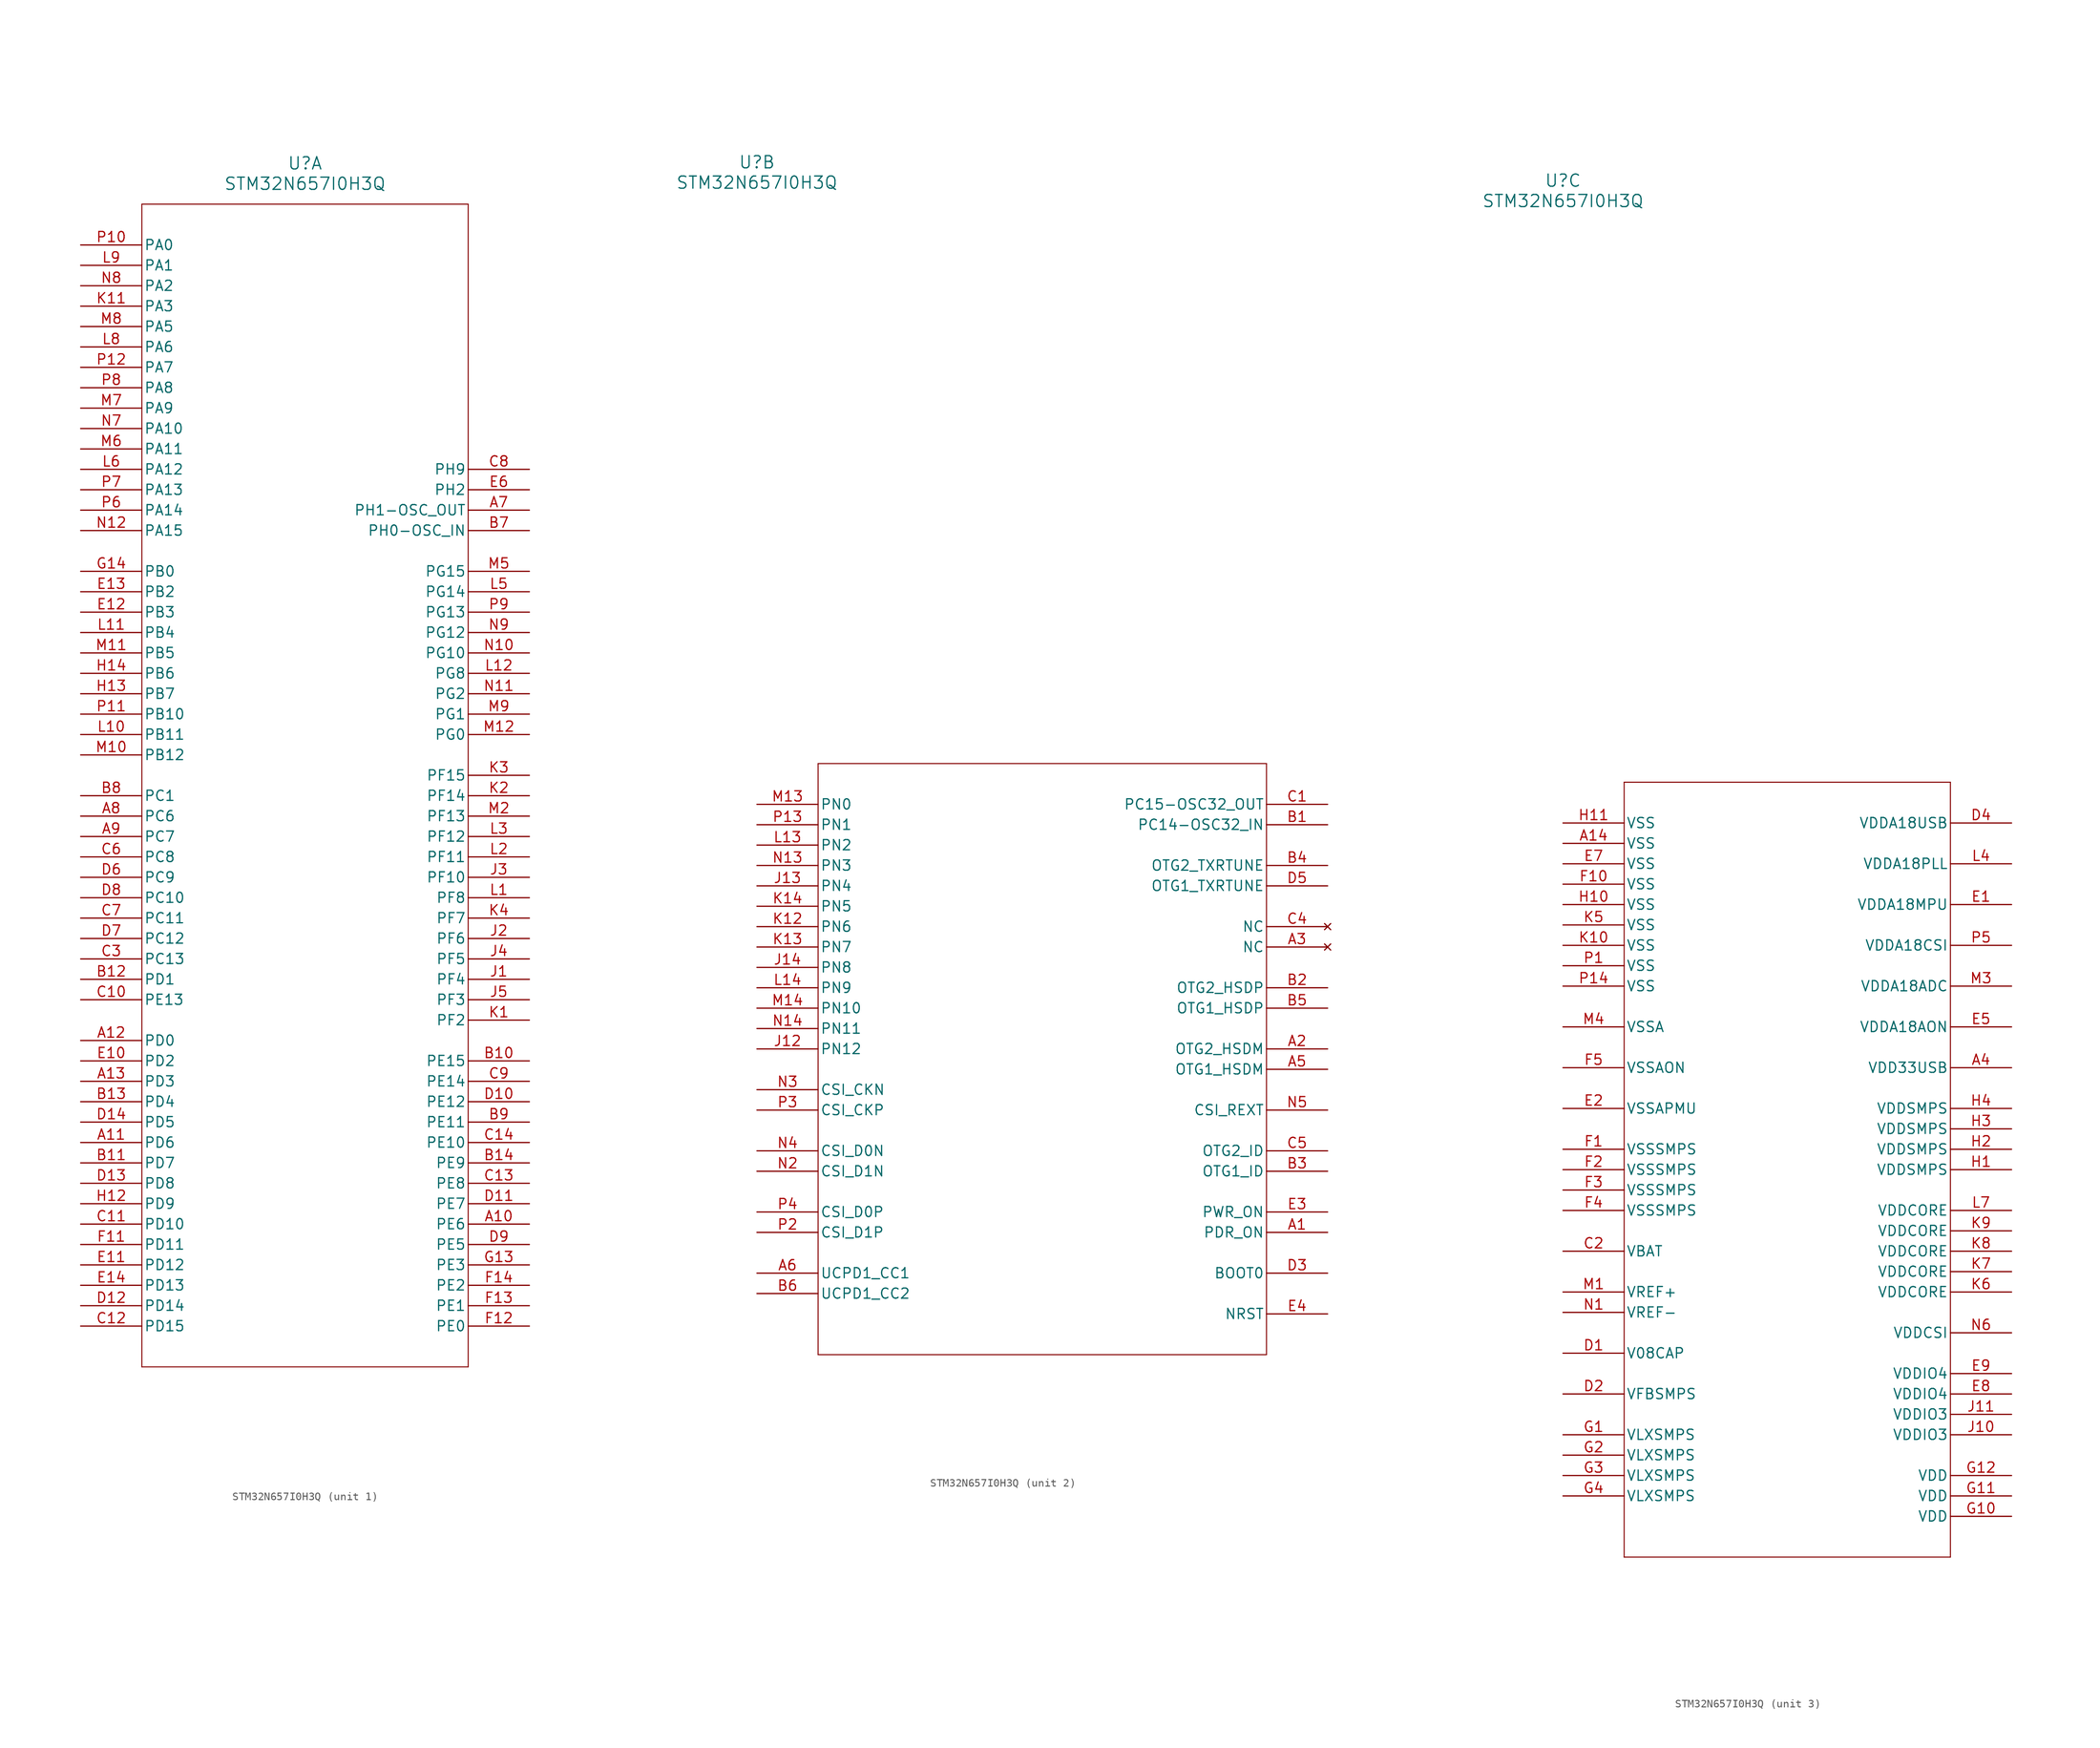
<source format=kicad_sym>
(kicad_symbol_lib
  (version 20241209)
  (generator "kicad_symbol_editor")
  (generator_version "9.0")
  (symbol "STM32N657I0H3Q"
    (pin_names
      (offset 0.254))
    (property "Reference" "U"
      (at 0 80.01 0)
      (effects (font (size 1.524 1.524))))
    (property "Value" "STM32N657I0H3Q"
      (at 0 77.47 0)
      (effects (font (size 1.524 1.524))))
    (property "ki_locked" ""
      (at 0 0 0)
      (effects (font (size 1.27 1.27))))
    (symbol "STM32N657I0H3Q_1_1"
      (polyline (pts (xy -20.32 74.93) (xy -20.32 -69.85)) (stroke (width 0.127) (type default)) (fill (type none)))
      (polyline (pts (xy -20.32 -69.85) (xy 20.32 -69.85)) (stroke (width 0.127) (type default)) (fill (type none)))
      (polyline (pts (xy 20.32 74.93) (xy -20.32 74.93)) (stroke (width 0.127) (type default)) (fill (type none)))
      (polyline (pts (xy 20.32 -69.85) (xy 20.32 74.93)) (stroke (width 0.127) (type default)) (fill (type none)))
      (pin bidirectional line (at -27.94 69.85 0) (length 7.62) (name "PA0" (effects (font (size 1.27 1.27)))) (number "P10" (effects (font (size 1.27 1.27)))))
      (pin bidirectional line (at -27.94 67.31 0) (length 7.62) (name "PA1" (effects (font (size 1.27 1.27)))) (number "L9" (effects (font (size 1.27 1.27)))))
      (pin bidirectional line (at -27.94 64.77 0) (length 7.62) (name "PA2" (effects (font (size 1.27 1.27)))) (number "N8" (effects (font (size 1.27 1.27)))))
      (pin bidirectional line (at -27.94 62.23 0) (length 7.62) (name "PA3" (effects (font (size 1.27 1.27)))) (number "K11" (effects (font (size 1.27 1.27)))))
      (pin bidirectional line (at -27.94 59.69 0) (length 7.62) (name "PA5" (effects (font (size 1.27 1.27)))) (number "M8" (effects (font (size 1.27 1.27)))))
      (pin bidirectional line (at -27.94 57.15 0) (length 7.62) (name "PA6" (effects (font (size 1.27 1.27)))) (number "L8" (effects (font (size 1.27 1.27)))))
      (pin bidirectional line (at -27.94 54.61 0) (length 7.62) (name "PA7" (effects (font (size 1.27 1.27)))) (number "P12" (effects (font (size 1.27 1.27)))))
      (pin bidirectional line (at -27.94 52.07 0) (length 7.62) (name "PA8" (effects (font (size 1.27 1.27)))) (number "P8" (effects (font (size 1.27 1.27)))))
      (pin bidirectional line (at -27.94 49.53 0) (length 7.62) (name "PA9" (effects (font (size 1.27 1.27)))) (number "M7" (effects (font (size 1.27 1.27)))))
      (pin bidirectional line (at -27.94 46.99 0) (length 7.62) (name "PA10" (effects (font (size 1.27 1.27)))) (number "N7" (effects (font (size 1.27 1.27)))))
      (pin bidirectional line (at -27.94 44.45 0) (length 7.62) (name "PA11" (effects (font (size 1.27 1.27)))) (number "M6" (effects (font (size 1.27 1.27)))))
      (pin bidirectional line (at -27.94 41.91 0) (length 7.62) (name "PA12" (effects (font (size 1.27 1.27)))) (number "L6" (effects (font (size 1.27 1.27)))))
      (pin bidirectional line (at -27.94 39.37 0) (length 7.62) (name "PA13" (effects (font (size 1.27 1.27)))) (number "P7" (effects (font (size 1.27 1.27)))))
      (pin bidirectional line (at -27.94 36.83 0) (length 7.62) (name "PA14" (effects (font (size 1.27 1.27)))) (number "P6" (effects (font (size 1.27 1.27)))))
      (pin bidirectional line (at -27.94 34.29 0) (length 7.62) (name "PA15" (effects (font (size 1.27 1.27)))) (number "N12" (effects (font (size 1.27 1.27)))))
      (pin bidirectional line (at -27.94 29.21 0) (length 7.62) (name "PB0" (effects (font (size 1.27 1.27)))) (number "G14" (effects (font (size 1.27 1.27)))))
      (pin bidirectional line (at -27.94 26.67 0) (length 7.62) (name "PB2" (effects (font (size 1.27 1.27)))) (number "E13" (effects (font (size 1.27 1.27)))))
      (pin bidirectional line (at -27.94 24.13 0) (length 7.62) (name "PB3" (effects (font (size 1.27 1.27)))) (number "E12" (effects (font (size 1.27 1.27)))))
      (pin bidirectional line (at -27.94 21.59 0) (length 7.62) (name "PB4" (effects (font (size 1.27 1.27)))) (number "L11" (effects (font (size 1.27 1.27)))))
      (pin bidirectional line (at -27.94 19.05 0) (length 7.62) (name "PB5" (effects (font (size 1.27 1.27)))) (number "M11" (effects (font (size 1.27 1.27)))))
      (pin bidirectional line (at -27.94 16.51 0) (length 7.62) (name "PB6" (effects (font (size 1.27 1.27)))) (number "H14" (effects (font (size 1.27 1.27)))))
      (pin bidirectional line (at -27.94 13.97 0) (length 7.62) (name "PB7" (effects (font (size 1.27 1.27)))) (number "H13" (effects (font (size 1.27 1.27)))))
      (pin bidirectional line (at -27.94 11.43 0) (length 7.62) (name "PB10" (effects (font (size 1.27 1.27)))) (number "P11" (effects (font (size 1.27 1.27)))))
      (pin bidirectional line (at -27.94 8.89 0) (length 7.62) (name "PB11" (effects (font (size 1.27 1.27)))) (number "L10" (effects (font (size 1.27 1.27)))))
      (pin bidirectional line (at -27.94 6.35 0) (length 7.62) (name "PB12" (effects (font (size 1.27 1.27)))) (number "M10" (effects (font (size 1.27 1.27)))))
      (pin bidirectional line (at -27.94 1.27 0) (length 7.62) (name "PC1" (effects (font (size 1.27 1.27)))) (number "B8" (effects (font (size 1.27 1.27)))))
      (pin bidirectional line (at -27.94 -1.27 0) (length 7.62) (name "PC6" (effects (font (size 1.27 1.27)))) (number "A8" (effects (font (size 1.27 1.27)))))
      (pin bidirectional line (at -27.94 -3.81 0) (length 7.62) (name "PC7" (effects (font (size 1.27 1.27)))) (number "A9" (effects (font (size 1.27 1.27)))))
      (pin bidirectional line (at -27.94 -6.35 0) (length 7.62) (name "PC8" (effects (font (size 1.27 1.27)))) (number "C6" (effects (font (size 1.27 1.27)))))
      (pin bidirectional line (at -27.94 -8.89 0) (length 7.62) (name "PC9" (effects (font (size 1.27 1.27)))) (number "D6" (effects (font (size 1.27 1.27)))))
      (pin bidirectional line (at -27.94 -11.43 0) (length 7.62) (name "PC10" (effects (font (size 1.27 1.27)))) (number "D8" (effects (font (size 1.27 1.27)))))
      (pin bidirectional line (at -27.94 -13.97 0) (length 7.62) (name "PC11" (effects (font (size 1.27 1.27)))) (number "C7" (effects (font (size 1.27 1.27)))))
      (pin bidirectional line (at -27.94 -16.51 0) (length 7.62) (name "PC12" (effects (font (size 1.27 1.27)))) (number "D7" (effects (font (size 1.27 1.27)))))
      (pin bidirectional line (at -27.94 -19.05 0) (length 7.62) (name "PC13" (effects (font (size 1.27 1.27)))) (number "C3" (effects (font (size 1.27 1.27)))))
      (pin bidirectional line (at -27.94 -21.59 0) (length 7.62) (name "PD1" (effects (font (size 1.27 1.27)))) (number "B12" (effects (font (size 1.27 1.27)))))
      (pin bidirectional line (at -27.94 -24.13 0) (length 7.62) (name "PE13" (effects (font (size 1.27 1.27)))) (number "C10" (effects (font (size 1.27 1.27)))))
      (pin bidirectional line (at -27.94 -29.21 0) (length 7.62) (name "PD0" (effects (font (size 1.27 1.27)))) (number "A12" (effects (font (size 1.27 1.27)))))
      (pin bidirectional line (at -27.94 -31.75 0) (length 7.62) (name "PD2" (effects (font (size 1.27 1.27)))) (number "E10" (effects (font (size 1.27 1.27)))))
      (pin bidirectional line (at -27.94 -34.29 0) (length 7.62) (name "PD3" (effects (font (size 1.27 1.27)))) (number "A13" (effects (font (size 1.27 1.27)))))
      (pin bidirectional line (at -27.94 -36.83 0) (length 7.62) (name "PD4" (effects (font (size 1.27 1.27)))) (number "B13" (effects (font (size 1.27 1.27)))))
      (pin bidirectional line (at -27.94 -39.37 0) (length 7.62) (name "PD5" (effects (font (size 1.27 1.27)))) (number "D14" (effects (font (size 1.27 1.27)))))
      (pin bidirectional line (at -27.94 -41.91 0) (length 7.62) (name "PD6" (effects (font (size 1.27 1.27)))) (number "A11" (effects (font (size 1.27 1.27)))))
      (pin bidirectional line (at -27.94 -44.45 0) (length 7.62) (name "PD7" (effects (font (size 1.27 1.27)))) (number "B11" (effects (font (size 1.27 1.27)))))
      (pin bidirectional line (at -27.94 -46.99 0) (length 7.62) (name "PD8" (effects (font (size 1.27 1.27)))) (number "D13" (effects (font (size 1.27 1.27)))))
      (pin bidirectional line (at -27.94 -49.53 0) (length 7.62) (name "PD9" (effects (font (size 1.27 1.27)))) (number "H12" (effects (font (size 1.27 1.27)))))
      (pin bidirectional line (at -27.94 -52.07 0) (length 7.62) (name "PD10" (effects (font (size 1.27 1.27)))) (number "C11" (effects (font (size 1.27 1.27)))))
      (pin bidirectional line (at -27.94 -54.61 0) (length 7.62) (name "PD11" (effects (font (size 1.27 1.27)))) (number "F11" (effects (font (size 1.27 1.27)))))
      (pin bidirectional line (at -27.94 -57.15 0) (length 7.62) (name "PD12" (effects (font (size 1.27 1.27)))) (number "E11" (effects (font (size 1.27 1.27)))))
      (pin bidirectional line (at -27.94 -59.69 0) (length 7.62) (name "PD13" (effects (font (size 1.27 1.27)))) (number "E14" (effects (font (size 1.27 1.27)))))
      (pin bidirectional line (at -27.94 -62.23 0) (length 7.62) (name "PD14" (effects (font (size 1.27 1.27)))) (number "D12" (effects (font (size 1.27 1.27)))))
      (pin bidirectional line (at -27.94 -64.77 0) (length 7.62) (name "PD15" (effects (font (size 1.27 1.27)))) (number "C12" (effects (font (size 1.27 1.27)))))
      (pin bidirectional line (at 27.94 41.91 180) (length 7.62) (name "PH9" (effects (font (size 1.27 1.27)))) (number "C8" (effects (font (size 1.27 1.27)))))
      (pin bidirectional line (at 27.94 39.37 180) (length 7.62) (name "PH2" (effects (font (size 1.27 1.27)))) (number "E6" (effects (font (size 1.27 1.27)))))
      (pin bidirectional line (at 27.94 36.83 180) (length 7.62) (name "PH1-OSC_OUT" (effects (font (size 1.27 1.27)))) (number "A7" (effects (font (size 1.27 1.27)))))
      (pin bidirectional line (at 27.94 34.29 180) (length 7.62) (name "PH0-OSC_IN" (effects (font (size 1.27 1.27)))) (number "B7" (effects (font (size 1.27 1.27)))))
      (pin bidirectional line (at 27.94 29.21 180) (length 7.62) (name "PG15" (effects (font (size 1.27 1.27)))) (number "M5" (effects (font (size 1.27 1.27)))))
      (pin bidirectional line (at 27.94 26.67 180) (length 7.62) (name "PG14" (effects (font (size 1.27 1.27)))) (number "L5" (effects (font (size 1.27 1.27)))))
      (pin bidirectional line (at 27.94 24.13 180) (length 7.62) (name "PG13" (effects (font (size 1.27 1.27)))) (number "P9" (effects (font (size 1.27 1.27)))))
      (pin bidirectional line (at 27.94 21.59 180) (length 7.62) (name "PG12" (effects (font (size 1.27 1.27)))) (number "N9" (effects (font (size 1.27 1.27)))))
      (pin bidirectional line (at 27.94 19.05 180) (length 7.62) (name "PG10" (effects (font (size 1.27 1.27)))) (number "N10" (effects (font (size 1.27 1.27)))))
      (pin bidirectional line (at 27.94 16.51 180) (length 7.62) (name "PG8" (effects (font (size 1.27 1.27)))) (number "L12" (effects (font (size 1.27 1.27)))))
      (pin bidirectional line (at 27.94 13.97 180) (length 7.62) (name "PG2" (effects (font (size 1.27 1.27)))) (number "N11" (effects (font (size 1.27 1.27)))))
      (pin bidirectional line (at 27.94 11.43 180) (length 7.62) (name "PG1" (effects (font (size 1.27 1.27)))) (number "M9" (effects (font (size 1.27 1.27)))))
      (pin bidirectional line (at 27.94 8.89 180) (length 7.62) (name "PG0" (effects (font (size 1.27 1.27)))) (number "M12" (effects (font (size 1.27 1.27)))))
      (pin bidirectional line (at 27.94 3.81 180) (length 7.62) (name "PF15" (effects (font (size 1.27 1.27)))) (number "K3" (effects (font (size 1.27 1.27)))))
      (pin bidirectional line (at 27.94 1.27 180) (length 7.62) (name "PF14" (effects (font (size 1.27 1.27)))) (number "K2" (effects (font (size 1.27 1.27)))))
      (pin bidirectional line (at 27.94 -1.27 180) (length 7.62) (name "PF13" (effects (font (size 1.27 1.27)))) (number "M2" (effects (font (size 1.27 1.27)))))
      (pin bidirectional line (at 27.94 -3.81 180) (length 7.62) (name "PF12" (effects (font (size 1.27 1.27)))) (number "L3" (effects (font (size 1.27 1.27)))))
      (pin bidirectional line (at 27.94 -6.35 180) (length 7.62) (name "PF11" (effects (font (size 1.27 1.27)))) (number "L2" (effects (font (size 1.27 1.27)))))
      (pin bidirectional line (at 27.94 -8.89 180) (length 7.62) (name "PF10" (effects (font (size 1.27 1.27)))) (number "J3" (effects (font (size 1.27 1.27)))))
      (pin bidirectional line (at 27.94 -11.43 180) (length 7.62) (name "PF8" (effects (font (size 1.27 1.27)))) (number "L1" (effects (font (size 1.27 1.27)))))
      (pin bidirectional line (at 27.94 -13.97 180) (length 7.62) (name "PF7" (effects (font (size 1.27 1.27)))) (number "K4" (effects (font (size 1.27 1.27)))))
      (pin bidirectional line (at 27.94 -16.51 180) (length 7.62) (name "PF6" (effects (font (size 1.27 1.27)))) (number "J2" (effects (font (size 1.27 1.27)))))
      (pin bidirectional line (at 27.94 -19.05 180) (length 7.62) (name "PF5" (effects (font (size 1.27 1.27)))) (number "J4" (effects (font (size 1.27 1.27)))))
      (pin bidirectional line (at 27.94 -21.59 180) (length 7.62) (name "PF4" (effects (font (size 1.27 1.27)))) (number "J1" (effects (font (size 1.27 1.27)))))
      (pin bidirectional line (at 27.94 -24.13 180) (length 7.62) (name "PF3" (effects (font (size 1.27 1.27)))) (number "J5" (effects (font (size 1.27 1.27)))))
      (pin bidirectional line (at 27.94 -26.67 180) (length 7.62) (name "PF2" (effects (font (size 1.27 1.27)))) (number "K1" (effects (font (size 1.27 1.27)))))
      (pin bidirectional line (at 27.94 -31.75 180) (length 7.62) (name "PE15" (effects (font (size 1.27 1.27)))) (number "B10" (effects (font (size 1.27 1.27)))))
      (pin bidirectional line (at 27.94 -34.29 180) (length 7.62) (name "PE14" (effects (font (size 1.27 1.27)))) (number "C9" (effects (font (size 1.27 1.27)))))
      (pin bidirectional line (at 27.94 -36.83 180) (length 7.62) (name "PE12" (effects (font (size 1.27 1.27)))) (number "D10" (effects (font (size 1.27 1.27)))))
      (pin bidirectional line (at 27.94 -39.37 180) (length 7.62) (name "PE11" (effects (font (size 1.27 1.27)))) (number "B9" (effects (font (size 1.27 1.27)))))
      (pin bidirectional line (at 27.94 -41.91 180) (length 7.62) (name "PE10" (effects (font (size 1.27 1.27)))) (number "C14" (effects (font (size 1.27 1.27)))))
      (pin bidirectional line (at 27.94 -44.45 180) (length 7.62) (name "PE9" (effects (font (size 1.27 1.27)))) (number "B14" (effects (font (size 1.27 1.27)))))
      (pin bidirectional line (at 27.94 -46.99 180) (length 7.62) (name "PE8" (effects (font (size 1.27 1.27)))) (number "C13" (effects (font (size 1.27 1.27)))))
      (pin bidirectional line (at 27.94 -49.53 180) (length 7.62) (name "PE7" (effects (font (size 1.27 1.27)))) (number "D11" (effects (font (size 1.27 1.27)))))
      (pin bidirectional line (at 27.94 -52.07 180) (length 7.62) (name "PE6" (effects (font (size 1.27 1.27)))) (number "A10" (effects (font (size 1.27 1.27)))))
      (pin bidirectional line (at 27.94 -54.61 180) (length 7.62) (name "PE5" (effects (font (size 1.27 1.27)))) (number "D9" (effects (font (size 1.27 1.27)))))
      (pin bidirectional line (at 27.94 -57.15 180) (length 7.62) (name "PE3" (effects (font (size 1.27 1.27)))) (number "G13" (effects (font (size 1.27 1.27)))))
      (pin bidirectional line (at 27.94 -59.69 180) (length 7.62) (name "PE2" (effects (font (size 1.27 1.27)))) (number "F14" (effects (font (size 1.27 1.27)))))
      (pin bidirectional line (at 27.94 -62.23 180) (length 7.62) (name "PE1" (effects (font (size 1.27 1.27)))) (number "F13" (effects (font (size 1.27 1.27)))))
      (pin bidirectional line (at 27.94 -64.77 180) (length 7.62) (name "PE0" (effects (font (size 1.27 1.27)))) (number "F12" (effects (font (size 1.27 1.27))))))
    (symbol "STM32N657I0H3Q_2_1"
      (polyline (pts (xy 7.62 5.08) (xy 7.62 -68.58)) (stroke (width 0.127) (type default)) (fill (type none)))
      (polyline (pts (xy 7.62 -68.58) (xy 63.5 -68.58)) (stroke (width 0.127) (type default)) (fill (type none)))
      (polyline (pts (xy 63.5 5.08) (xy 7.62 5.08)) (stroke (width 0.127) (type default)) (fill (type none)))
      (polyline (pts (xy 63.5 -68.58) (xy 63.5 5.08)) (stroke (width 0.127) (type default)) (fill (type none)))
      (pin bidirectional line (at 0 0 0) (length 7.62) (name "PN0" (effects (font (size 1.27 1.27)))) (number "M13" (effects (font (size 1.27 1.27)))))
      (pin bidirectional line (at 0 -2.54 0) (length 7.62) (name "PN1" (effects (font (size 1.27 1.27)))) (number "P13" (effects (font (size 1.27 1.27)))))
      (pin bidirectional line (at 0 -5.08 0) (length 7.62) (name "PN2" (effects (font (size 1.27 1.27)))) (number "L13" (effects (font (size 1.27 1.27)))))
      (pin bidirectional line (at 0 -7.62 0) (length 7.62) (name "PN3" (effects (font (size 1.27 1.27)))) (number "N13" (effects (font (size 1.27 1.27)))))
      (pin bidirectional line (at 0 -10.16 0) (length 7.62) (name "PN4" (effects (font (size 1.27 1.27)))) (number "J13" (effects (font (size 1.27 1.27)))))
      (pin bidirectional line (at 0 -12.7 0) (length 7.62) (name "PN5" (effects (font (size 1.27 1.27)))) (number "K14" (effects (font (size 1.27 1.27)))))
      (pin bidirectional line (at 0 -15.24 0) (length 7.62) (name "PN6" (effects (font (size 1.27 1.27)))) (number "K12" (effects (font (size 1.27 1.27)))))
      (pin bidirectional line (at 0 -17.78 0) (length 7.62) (name "PN7" (effects (font (size 1.27 1.27)))) (number "K13" (effects (font (size 1.27 1.27)))))
      (pin bidirectional line (at 0 -20.32 0) (length 7.62) (name "PN8" (effects (font (size 1.27 1.27)))) (number "J14" (effects (font (size 1.27 1.27)))))
      (pin bidirectional line (at 0 -22.86 0) (length 7.62) (name "PN9" (effects (font (size 1.27 1.27)))) (number "L14" (effects (font (size 1.27 1.27)))))
      (pin bidirectional line (at 0 -25.4 0) (length 7.62) (name "PN10" (effects (font (size 1.27 1.27)))) (number "M14" (effects (font (size 1.27 1.27)))))
      (pin bidirectional line (at 0 -27.94 0) (length 7.62) (name "PN11" (effects (font (size 1.27 1.27)))) (number "N14" (effects (font (size 1.27 1.27)))))
      (pin bidirectional line (at 0 -30.48 0) (length 7.62) (name "PN12" (effects (font (size 1.27 1.27)))) (number "J12" (effects (font (size 1.27 1.27)))))
      (pin input line (at 0 -35.56 0) (length 7.62) (name "CSI_CKN" (effects (font (size 1.27 1.27)))) (number "N3" (effects (font (size 1.27 1.27)))))
      (pin input line (at 0 -38.1 0) (length 7.62) (name "CSI_CKP" (effects (font (size 1.27 1.27)))) (number "P3" (effects (font (size 1.27 1.27)))))
      (pin input line (at 0 -43.18 0) (length 7.62) (name "CSI_D0N" (effects (font (size 1.27 1.27)))) (number "N4" (effects (font (size 1.27 1.27)))))
      (pin input line (at 0 -45.72 0) (length 7.62) (name "CSI_D1N" (effects (font (size 1.27 1.27)))) (number "N2" (effects (font (size 1.27 1.27)))))
      (pin input line (at 0 -50.8 0) (length 7.62) (name "CSI_D0P" (effects (font (size 1.27 1.27)))) (number "P4" (effects (font (size 1.27 1.27)))))
      (pin input line (at 0 -53.34 0) (length 7.62) (name "CSI_D1P" (effects (font (size 1.27 1.27)))) (number "P2" (effects (font (size 1.27 1.27)))))
      (pin bidirectional line (at 0 -58.42 0) (length 7.62) (name "UCPD1_CC1" (effects (font (size 1.27 1.27)))) (number "A6" (effects (font (size 1.27 1.27)))))
      (pin bidirectional line (at 0 -60.96 0) (length 7.62) (name "UCPD1_CC2" (effects (font (size 1.27 1.27)))) (number "B6" (effects (font (size 1.27 1.27)))))
      (pin bidirectional line (at 71.12 0 180) (length 7.62) (name "PC15-OSC32_OUT" (effects (font (size 1.27 1.27)))) (number "C1" (effects (font (size 1.27 1.27)))))
      (pin bidirectional line (at 71.12 -2.54 180) (length 7.62) (name "PC14-OSC32_IN" (effects (font (size 1.27 1.27)))) (number "B1" (effects (font (size 1.27 1.27)))))
      (pin bidirectional line (at 71.12 -7.62 180) (length 7.62) (name "OTG2_TXRTUNE" (effects (font (size 1.27 1.27)))) (number "B4" (effects (font (size 1.27 1.27)))))
      (pin bidirectional line (at 71.12 -10.16 180) (length 7.62) (name "OTG1_TXRTUNE" (effects (font (size 1.27 1.27)))) (number "D5" (effects (font (size 1.27 1.27)))))
      (pin no_connect line (at 71.12 -15.24 180) (length 7.62) (name "NC" (effects (font (size 1.27 1.27)))) (number "C4" (effects (font (size 1.27 1.27)))))
      (pin no_connect line (at 71.12 -17.78 180) (length 7.62) (name "NC" (effects (font (size 1.27 1.27)))) (number "A3" (effects (font (size 1.27 1.27)))))
      (pin bidirectional line (at 71.12 -22.86 180) (length 7.62) (name "OTG2_HSDP" (effects (font (size 1.27 1.27)))) (number "B2" (effects (font (size 1.27 1.27)))))
      (pin bidirectional line (at 71.12 -25.4 180) (length 7.62) (name "OTG1_HSDP" (effects (font (size 1.27 1.27)))) (number "B5" (effects (font (size 1.27 1.27)))))
      (pin bidirectional line (at 71.12 -30.48 180) (length 7.62) (name "OTG2_HSDM" (effects (font (size 1.27 1.27)))) (number "A2" (effects (font (size 1.27 1.27)))))
      (pin bidirectional line (at 71.12 -33.02 180) (length 7.62) (name "OTG1_HSDM" (effects (font (size 1.27 1.27)))) (number "A5" (effects (font (size 1.27 1.27)))))
      (pin bidirectional line (at 71.12 -38.1 180) (length 7.62) (name "CSI_REXT" (effects (font (size 1.27 1.27)))) (number "N5" (effects (font (size 1.27 1.27)))))
      (pin bidirectional line (at 71.12 -43.18 180) (length 7.62) (name "OTG2_ID" (effects (font (size 1.27 1.27)))) (number "C5" (effects (font (size 1.27 1.27)))))
      (pin bidirectional line (at 71.12 -45.72 180) (length 7.62) (name "OTG1_ID" (effects (font (size 1.27 1.27)))) (number "B3" (effects (font (size 1.27 1.27)))))
      (pin input line (at 71.12 -50.8 180) (length 7.62) (name "PWR_ON" (effects (font (size 1.27 1.27)))) (number "E3" (effects (font (size 1.27 1.27)))))
      (pin input line (at 71.12 -53.34 180) (length 7.62) (name "PDR_ON" (effects (font (size 1.27 1.27)))) (number "A1" (effects (font (size 1.27 1.27)))))
      (pin input line (at 71.12 -58.42 180) (length 7.62) (name "BOOT0" (effects (font (size 1.27 1.27)))) (number "D3" (effects (font (size 1.27 1.27)))))
      (pin input line (at 71.12 -63.5 180) (length 7.62) (name "NRST" (effects (font (size 1.27 1.27)))) (number "E4" (effects (font (size 1.27 1.27))))))
    (symbol "STM32N657I0H3Q_3_1"
      (polyline (pts (xy 7.62 5.08) (xy 7.62 -91.44)) (stroke (width 0.127) (type default)) (fill (type none)))
      (polyline (pts (xy 7.62 -91.44) (xy 48.26 -91.44)) (stroke (width 0.127) (type default)) (fill (type none)))
      (polyline (pts (xy 48.26 5.08) (xy 7.62 5.08)) (stroke (width 0.127) (type default)) (fill (type none)))
      (polyline (pts (xy 48.26 -91.44) (xy 48.26 5.08)) (stroke (width 0.127) (type default)) (fill (type none)))
      (pin power_in line (at 0 0 0) (length 7.62) (name "VSS" (effects (font (size 1.27 1.27)))) (number "H11" (effects (font (size 1.27 1.27)))))
      (pin power_in line (at 0 -2.54 0) (length 7.62) (name "VSS" (effects (font (size 1.27 1.27)))) (number "A14" (effects (font (size 1.27 1.27)))))
      (pin power_in line (at 0 -5.08 0) (length 7.62) (name "VSS" (effects (font (size 1.27 1.27)))) (number "E7" (effects (font (size 1.27 1.27)))))
      (pin power_in line (at 0 -7.62 0) (length 7.62) (name "VSS" (effects (font (size 1.27 1.27)))) (number "F10" (effects (font (size 1.27 1.27)))))
      (pin power_in line (at 0 -10.16 0) (length 7.62) (name "VSS" (effects (font (size 1.27 1.27)))) (number "H10" (effects (font (size 1.27 1.27)))))
      (pin power_in line (at 0 -12.7 0) (length 7.62) (name "VSS" (effects (font (size 1.27 1.27)))) (number "K5" (effects (font (size 1.27 1.27)))))
      (pin power_in line (at 0 -15.24 0) (length 7.62) (name "VSS" (effects (font (size 1.27 1.27)))) (number "K10" (effects (font (size 1.27 1.27)))))
      (pin power_in line (at 0 -17.78 0) (length 7.62) (name "VSS" (effects (font (size 1.27 1.27)))) (number "P1" (effects (font (size 1.27 1.27)))))
      (pin power_in line (at 0 -20.32 0) (length 7.62) (name "VSS" (effects (font (size 1.27 1.27)))) (number "P14" (effects (font (size 1.27 1.27)))))
      (pin power_in line (at 0 -25.4 0) (length 7.62) (name "VSSA" (effects (font (size 1.27 1.27)))) (number "M4" (effects (font (size 1.27 1.27)))))
      (pin power_in line (at 0 -30.48 0) (length 7.62) (name "VSSAON" (effects (font (size 1.27 1.27)))) (number "F5" (effects (font (size 1.27 1.27)))))
      (pin power_in line (at 0 -35.56 0) (length 7.62) (name "VSSAPMU" (effects (font (size 1.27 1.27)))) (number "E2" (effects (font (size 1.27 1.27)))))
      (pin power_in line (at 0 -40.64 0) (length 7.62) (name "VSSSMPS" (effects (font (size 1.27 1.27)))) (number "F1" (effects (font (size 1.27 1.27)))))
      (pin power_in line (at 0 -43.18 0) (length 7.62) (name "VSSSMPS" (effects (font (size 1.27 1.27)))) (number "F2" (effects (font (size 1.27 1.27)))))
      (pin power_in line (at 0 -45.72 0) (length 7.62) (name "VSSSMPS" (effects (font (size 1.27 1.27)))) (number "F3" (effects (font (size 1.27 1.27)))))
      (pin power_in line (at 0 -48.26 0) (length 7.62) (name "VSSSMPS" (effects (font (size 1.27 1.27)))) (number "F4" (effects (font (size 1.27 1.27)))))
      (pin power_in line (at 0 -53.34 0) (length 7.62) (name "VBAT" (effects (font (size 1.27 1.27)))) (number "C2" (effects (font (size 1.27 1.27)))))
      (pin power_in line (at 0 -58.42 0) (length 7.62) (name "VREF+" (effects (font (size 1.27 1.27)))) (number "M1" (effects (font (size 1.27 1.27)))))
      (pin power_in line (at 0 -60.96 0) (length 7.62) (name "VREF-" (effects (font (size 1.27 1.27)))) (number "N1" (effects (font (size 1.27 1.27)))))
      (pin power_in line (at 0 -66.04 0) (length 7.62) (name "V08CAP" (effects (font (size 1.27 1.27)))) (number "D1" (effects (font (size 1.27 1.27)))))
      (pin power_in line (at 0 -71.12 0) (length 7.62) (name "VFBSMPS" (effects (font (size 1.27 1.27)))) (number "D2" (effects (font (size 1.27 1.27)))))
      (pin power_in line (at 0 -76.2 0) (length 7.62) (name "VLXSMPS" (effects (font (size 1.27 1.27)))) (number "G1" (effects (font (size 1.27 1.27)))))
      (pin power_in line (at 0 -78.74 0) (length 7.62) (name "VLXSMPS" (effects (font (size 1.27 1.27)))) (number "G2" (effects (font (size 1.27 1.27)))))
      (pin power_in line (at 0 -81.28 0) (length 7.62) (name "VLXSMPS" (effects (font (size 1.27 1.27)))) (number "G3" (effects (font (size 1.27 1.27)))))
      (pin power_in line (at 0 -83.82 0) (length 7.62) (name "VLXSMPS" (effects (font (size 1.27 1.27)))) (number "G4" (effects (font (size 1.27 1.27)))))
      (pin power_in line (at 55.88 0 180) (length 7.62) (name "VDDA18USB" (effects (font (size 1.27 1.27)))) (number "D4" (effects (font (size 1.27 1.27)))))
      (pin power_in line (at 55.88 -5.08 180) (length 7.62) (name "VDDA18PLL" (effects (font (size 1.27 1.27)))) (number "L4" (effects (font (size 1.27 1.27)))))
      (pin power_in line (at 55.88 -10.16 180) (length 7.62) (name "VDDA18MPU" (effects (font (size 1.27 1.27)))) (number "E1" (effects (font (size 1.27 1.27)))))
      (pin power_in line (at 55.88 -15.24 180) (length 7.62) (name "VDDA18CSI" (effects (font (size 1.27 1.27)))) (number "P5" (effects (font (size 1.27 1.27)))))
      (pin power_in line (at 55.88 -20.32 180) (length 7.62) (name "VDDA18ADC" (effects (font (size 1.27 1.27)))) (number "M3" (effects (font (size 1.27 1.27)))))
      (pin power_in line (at 55.88 -25.4 180) (length 7.62) (name "VDDA18AON" (effects (font (size 1.27 1.27)))) (number "E5" (effects (font (size 1.27 1.27)))))
      (pin power_in line (at 55.88 -30.48 180) (length 7.62) (name "VDD33USB" (effects (font (size 1.27 1.27)))) (number "A4" (effects (font (size 1.27 1.27)))))
      (pin power_in line (at 55.88 -35.56 180) (length 7.62) (name "VDDSMPS" (effects (font (size 1.27 1.27)))) (number "H4" (effects (font (size 1.27 1.27)))))
      (pin power_in line (at 55.88 -38.1 180) (length 7.62) (name "VDDSMPS" (effects (font (size 1.27 1.27)))) (number "H3" (effects (font (size 1.27 1.27)))))
      (pin power_in line (at 55.88 -40.64 180) (length 7.62) (name "VDDSMPS" (effects (font (size 1.27 1.27)))) (number "H2" (effects (font (size 1.27 1.27)))))
      (pin power_in line (at 55.88 -43.18 180) (length 7.62) (name "VDDSMPS" (effects (font (size 1.27 1.27)))) (number "H1" (effects (font (size 1.27 1.27)))))
      (pin power_in line (at 55.88 -48.26 180) (length 7.62) (name "VDDCORE" (effects (font (size 1.27 1.27)))) (number "L7" (effects (font (size 1.27 1.27)))))
      (pin power_in line (at 55.88 -50.8 180) (length 7.62) (name "VDDCORE" (effects (font (size 1.27 1.27)))) (number "K9" (effects (font (size 1.27 1.27)))))
      (pin power_in line (at 55.88 -53.34 180) (length 7.62) (name "VDDCORE" (effects (font (size 1.27 1.27)))) (number "K8" (effects (font (size 1.27 1.27)))))
      (pin power_in line (at 55.88 -55.88 180) (length 7.62) (name "VDDCORE" (effects (font (size 1.27 1.27)))) (number "K7" (effects (font (size 1.27 1.27)))))
      (pin power_in line (at 55.88 -58.42 180) (length 7.62) (name "VDDCORE" (effects (font (size 1.27 1.27)))) (number "K6" (effects (font (size 1.27 1.27)))))
      (pin power_in line (at 55.88 -63.5 180) (length 7.62) (name "VDDCSI" (effects (font (size 1.27 1.27)))) (number "N6" (effects (font (size 1.27 1.27)))))
      (pin power_in line (at 55.88 -68.58 180) (length 7.62) (name "VDDIO4" (effects (font (size 1.27 1.27)))) (number "E9" (effects (font (size 1.27 1.27)))))
      (pin power_in line (at 55.88 -71.12 180) (length 7.62) (name "VDDIO4" (effects (font (size 1.27 1.27)))) (number "E8" (effects (font (size 1.27 1.27)))))
      (pin power_in line (at 55.88 -73.66 180) (length 7.62) (name "VDDIO3" (effects (font (size 1.27 1.27)))) (number "J11" (effects (font (size 1.27 1.27)))))
      (pin power_in line (at 55.88 -76.2 180) (length 7.62) (name "VDDIO3" (effects (font (size 1.27 1.27)))) (number "J10" (effects (font (size 1.27 1.27)))))
      (pin power_in line (at 55.88 -81.28 180) (length 7.62) (name "VDD" (effects (font (size 1.27 1.27)))) (number "G12" (effects (font (size 1.27 1.27)))))
      (pin power_in line (at 55.88 -83.82 180) (length 7.62) (name "VDD" (effects (font (size 1.27 1.27)))) (number "G11" (effects (font (size 1.27 1.27)))))
      (pin power_in line (at 55.88 -86.36 180) (length 7.62) (name "VDD" (effects (font (size 1.27 1.27)))) (number "G10" (effects (font (size 1.27 1.27))))))))
</source>
